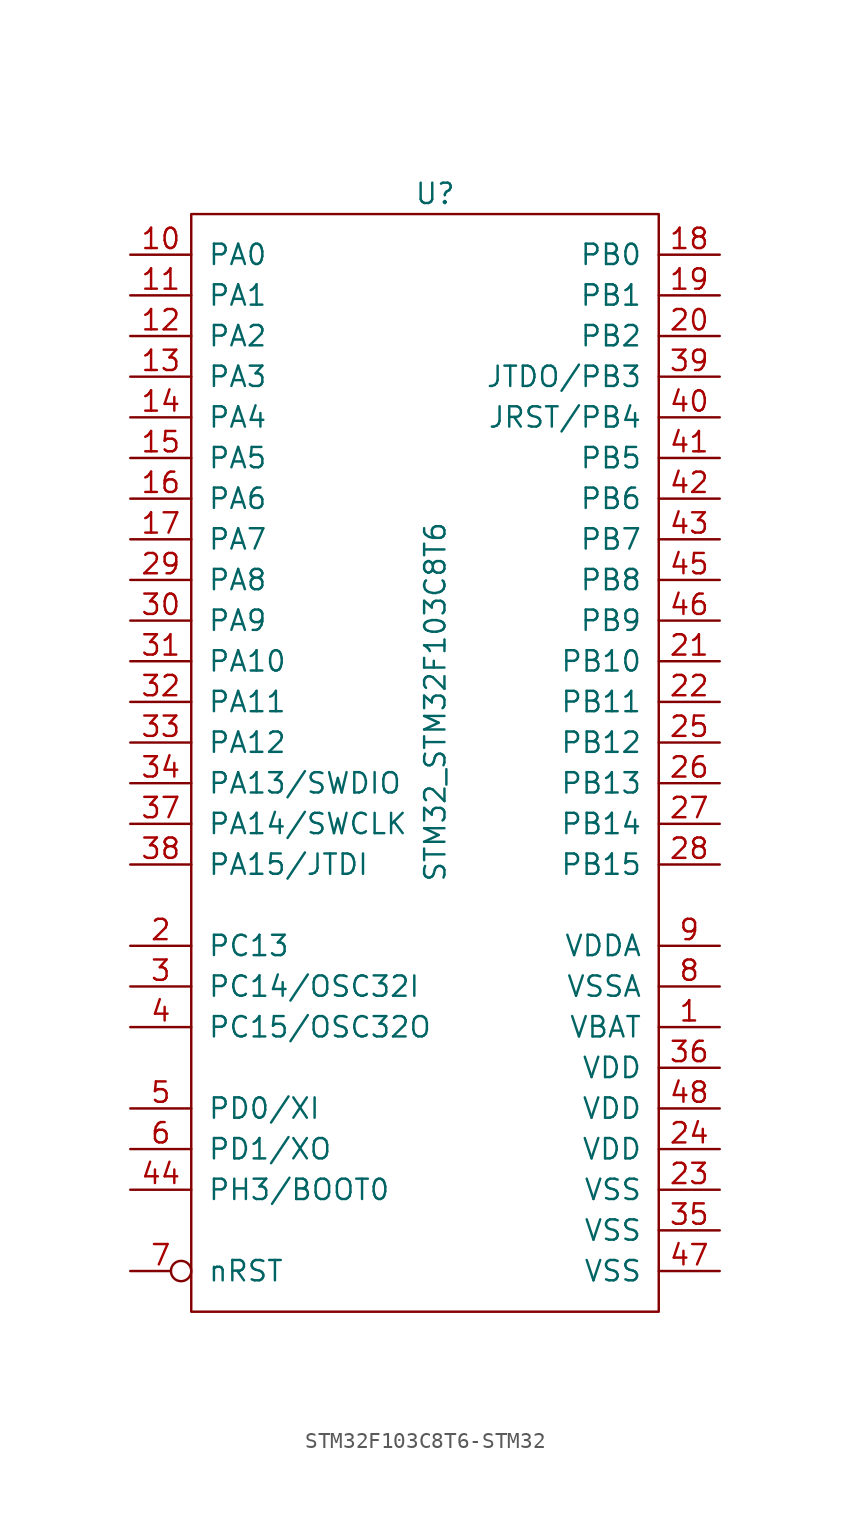
<source format=kicad_sym>
(kicad_symbol_lib
  (version 20231120)
  (generator "kicad_symbol_editor")
  (generator_version "8.0")
  (symbol "STM32F103C8T6-STM32"
    (pin_names
      (offset 1.016))
    (property "Reference" "U"
      (at 19.05 3.81 0)
      (effects (font (size 1.27 1.27))))
    (property "Value" "STM32_STM32F103C8T6"
      (at 19.05 -27.94 90)
      (effects (font (size 1.27 1.27))))
    (symbol "STM32F103C8T6-STM32_0_1"
      (rectangle (start 3.81 2.54) (end 33.02 -66.04) (stroke (width 0) (type solid)) (fill (type none))))
    (symbol "STM32F103C8T6-STM32_1_1"
      (pin power_in line (at 36.83 -48.26 180) (length 3.81) (name "VBAT" (effects (font (size 1.27 1.27)))) (number "1" (effects (font (size 1.27 1.27)))))
      (pin unspecified line (at 0 0 0) (length 3.81) (name "PA0" (effects (font (size 1.27 1.27)))) (number "10" (effects (font (size 1.27 1.27)))))
      (pin unspecified line (at 0 -2.54 0) (length 3.81) (name "PA1" (effects (font (size 1.27 1.27)))) (number "11" (effects (font (size 1.27 1.27)))))
      (pin unspecified line (at 0 -5.08 0) (length 3.81) (name "PA2" (effects (font (size 1.27 1.27)))) (number "12" (effects (font (size 1.27 1.27)))))
      (pin unspecified line (at 0 -7.62 0) (length 3.81) (name "PA3" (effects (font (size 1.27 1.27)))) (number "13" (effects (font (size 1.27 1.27)))))
      (pin unspecified line (at 0 -10.16 0) (length 3.81) (name "PA4" (effects (font (size 1.27 1.27)))) (number "14" (effects (font (size 1.27 1.27)))))
      (pin unspecified line (at 0 -12.7 0) (length 3.81) (name "PA5" (effects (font (size 1.27 1.27)))) (number "15" (effects (font (size 1.27 1.27)))))
      (pin unspecified line (at 0 -15.24 0) (length 3.81) (name "PA6" (effects (font (size 1.27 1.27)))) (number "16" (effects (font (size 1.27 1.27)))))
      (pin unspecified line (at 0 -17.78 0) (length 3.81) (name "PA7" (effects (font (size 1.27 1.27)))) (number "17" (effects (font (size 1.27 1.27)))))
      (pin unspecified line (at 36.83 0 180) (length 3.81) (name "PB0" (effects (font (size 1.27 1.27)))) (number "18" (effects (font (size 1.27 1.27)))))
      (pin unspecified line (at 36.83 -2.54 180) (length 3.81) (name "PB1" (effects (font (size 1.27 1.27)))) (number "19" (effects (font (size 1.27 1.27)))))
      (pin unspecified line (at 0 -43.18 0) (length 3.81) (name "PC13" (effects (font (size 1.27 1.27)))) (number "2" (effects (font (size 1.27 1.27)))))
      (pin unspecified line (at 36.83 -5.08 180) (length 3.81) (name "PB2" (effects (font (size 1.27 1.27)))) (number "20" (effects (font (size 1.27 1.27)))))
      (pin unspecified line (at 36.83 -25.4 180) (length 3.81) (name "PB10" (effects (font (size 1.27 1.27)))) (number "21" (effects (font (size 1.27 1.27)))))
      (pin unspecified line (at 36.83 -27.94 180) (length 3.81) (name "PB11" (effects (font (size 1.27 1.27)))) (number "22" (effects (font (size 1.27 1.27)))))
      (pin power_in line (at 36.83 -58.42 180) (length 3.81) (name "VSS" (effects (font (size 1.27 1.27)))) (number "23" (effects (font (size 1.27 1.27)))))
      (pin power_in line (at 36.83 -55.88 180) (length 3.81) (name "VDD" (effects (font (size 1.27 1.27)))) (number "24" (effects (font (size 1.27 1.27)))))
      (pin unspecified line (at 36.83 -30.48 180) (length 3.81) (name "PB12" (effects (font (size 1.27 1.27)))) (number "25" (effects (font (size 1.27 1.27)))))
      (pin unspecified line (at 36.83 -33.02 180) (length 3.81) (name "PB13" (effects (font (size 1.27 1.27)))) (number "26" (effects (font (size 1.27 1.27)))))
      (pin unspecified line (at 36.83 -35.56 180) (length 3.81) (name "PB14" (effects (font (size 1.27 1.27)))) (number "27" (effects (font (size 1.27 1.27)))))
      (pin unspecified line (at 36.83 -38.1 180) (length 3.81) (name "PB15" (effects (font (size 1.27 1.27)))) (number "28" (effects (font (size 1.27 1.27)))))
      (pin unspecified line (at 0 -20.32 0) (length 3.81) (name "PA8" (effects (font (size 1.27 1.27)))) (number "29" (effects (font (size 1.27 1.27)))))
      (pin unspecified line (at 0 -45.72 0) (length 3.81) (name "PC14/OSC32I" (effects (font (size 1.27 1.27)))) (number "3" (effects (font (size 1.27 1.27)))))
      (pin unspecified line (at 0 -22.86 0) (length 3.81) (name "PA9" (effects (font (size 1.27 1.27)))) (number "30" (effects (font (size 1.27 1.27)))))
      (pin unspecified line (at 0 -25.4 0) (length 3.81) (name "PA10" (effects (font (size 1.27 1.27)))) (number "31" (effects (font (size 1.27 1.27)))))
      (pin unspecified line (at 0 -27.94 0) (length 3.81) (name "PA11" (effects (font (size 1.27 1.27)))) (number "32" (effects (font (size 1.27 1.27)))))
      (pin unspecified line (at 0 -30.48 0) (length 3.81) (name "PA12" (effects (font (size 1.27 1.27)))) (number "33" (effects (font (size 1.27 1.27)))))
      (pin unspecified line (at 0 -33.02 0) (length 3.81) (name "PA13/SWDIO" (effects (font (size 1.27 1.27)))) (number "34" (effects (font (size 1.27 1.27)))))
      (pin power_in line (at 36.83 -60.96 180) (length 3.81) (name "VSS" (effects (font (size 1.27 1.27)))) (number "35" (effects (font (size 1.27 1.27)))))
      (pin power_in line (at 36.83 -50.8 180) (length 3.81) (name "VDD" (effects (font (size 1.27 1.27)))) (number "36" (effects (font (size 1.27 1.27)))))
      (pin unspecified line (at 0 -35.56 0) (length 3.81) (name "PA14/SWCLK" (effects (font (size 1.27 1.27)))) (number "37" (effects (font (size 1.27 1.27)))))
      (pin unspecified line (at 0 -38.1 0) (length 3.81) (name "PA15/JTDI" (effects (font (size 1.27 1.27)))) (number "38" (effects (font (size 1.27 1.27)))))
      (pin unspecified line (at 36.83 -7.62 180) (length 3.81) (name "JTDO/PB3" (effects (font (size 1.27 1.27)))) (number "39" (effects (font (size 1.27 1.27)))))
      (pin unspecified line (at 0 -48.26 0) (length 3.81) (name "PC15/OSC32O" (effects (font (size 1.27 1.27)))) (number "4" (effects (font (size 1.27 1.27)))))
      (pin unspecified line (at 36.83 -10.16 180) (length 3.81) (name "JRST/PB4" (effects (font (size 1.27 1.27)))) (number "40" (effects (font (size 1.27 1.27)))))
      (pin unspecified line (at 36.83 -12.7 180) (length 3.81) (name "PB5" (effects (font (size 1.27 1.27)))) (number "41" (effects (font (size 1.27 1.27)))))
      (pin unspecified line (at 36.83 -15.24 180) (length 3.81) (name "PB6" (effects (font (size 1.27 1.27)))) (number "42" (effects (font (size 1.27 1.27)))))
      (pin unspecified line (at 36.83 -17.78 180) (length 3.81) (name "PB7" (effects (font (size 1.27 1.27)))) (number "43" (effects (font (size 1.27 1.27)))))
      (pin unspecified line (at 0 -58.42 0) (length 3.81) (name "PH3/BOOT0" (effects (font (size 1.27 1.27)))) (number "44" (effects (font (size 1.27 1.27)))))
      (pin unspecified line (at 36.83 -20.32 180) (length 3.81) (name "PB8" (effects (font (size 1.27 1.27)))) (number "45" (effects (font (size 1.27 1.27)))))
      (pin unspecified line (at 36.83 -22.86 180) (length 3.81) (name "PB9" (effects (font (size 1.27 1.27)))) (number "46" (effects (font (size 1.27 1.27)))))
      (pin power_in line (at 36.83 -63.5 180) (length 3.81) (name "VSS" (effects (font (size 1.27 1.27)))) (number "47" (effects (font (size 1.27 1.27)))))
      (pin power_in line (at 36.83 -53.34 180) (length 3.81) (name "VDD" (effects (font (size 1.27 1.27)))) (number "48" (effects (font (size 1.27 1.27)))))
      (pin unspecified line (at 0 -53.34 0) (length 3.81) (name "PD0/XI" (effects (font (size 1.27 1.27)))) (number "5" (effects (font (size 1.27 1.27)))))
      (pin unspecified line (at 0 -55.88 0) (length 3.81) (name "PD1/XO" (effects (font (size 1.27 1.27)))) (number "6" (effects (font (size 1.27 1.27)))))
      (pin input inverted (at 0 -63.5 0) (length 3.81) (name "nRST" (effects (font (size 1.27 1.27)))) (number "7" (effects (font (size 1.27 1.27)))))
      (pin power_in line (at 36.83 -45.72 180) (length 3.81) (name "VSSA" (effects (font (size 1.27 1.27)))) (number "8" (effects (font (size 1.27 1.27)))))
      (pin power_in line (at 36.83 -43.18 180) (length 3.81) (name "VDDA" (effects (font (size 1.27 1.27)))) (number "9" (effects (font (size 1.27 1.27))))))))
</source>
